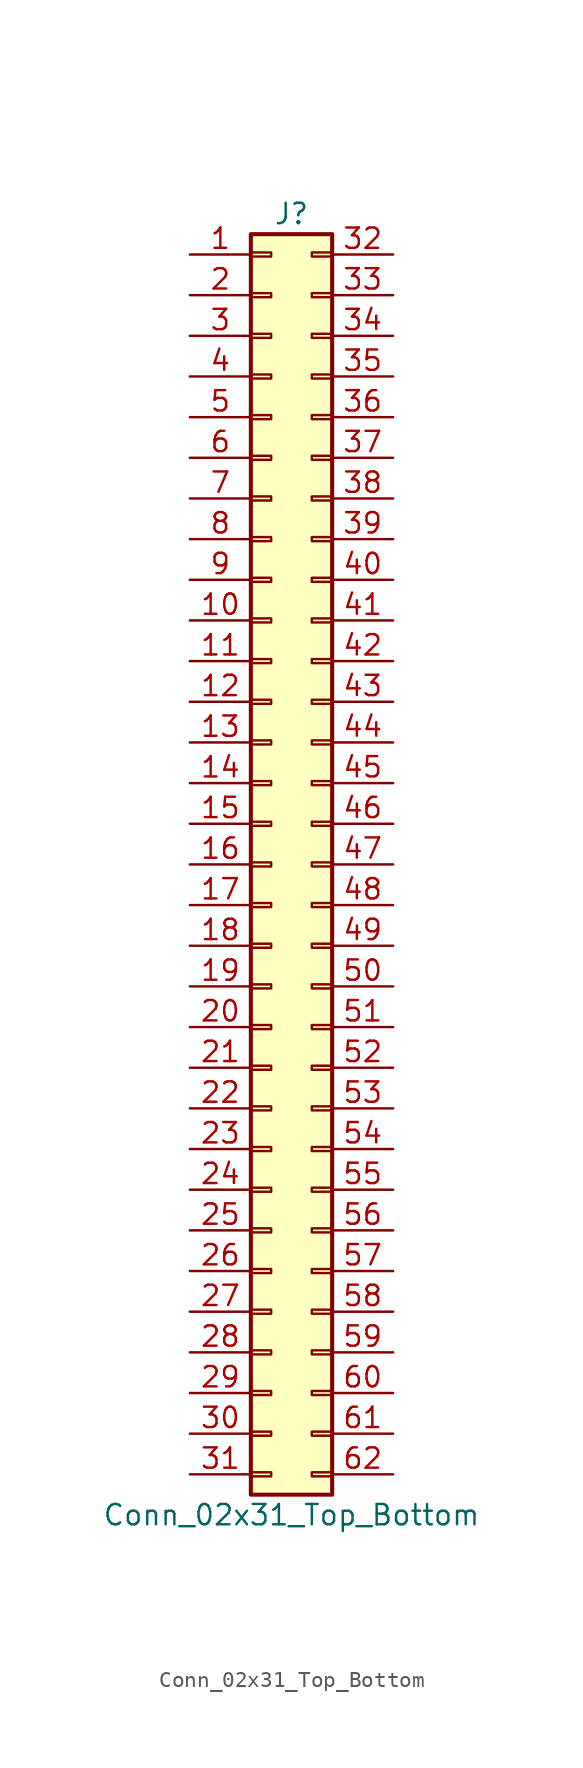
<source format=kicad_sym>
(kicad_symbol_lib
  (version 20201005)
  (generator kicad_symbol_editor)
  (symbol "Connector_Generic:Conn_02x31_Top_Bottom"
    (pin_names
      (offset 1.016) hide)
    (property "Reference" "J"
      (at 1.27 40.64 0)
      (effects (font (size 1.27 1.27))))
    (property "Value" "Conn_02x31_Top_Bottom"
      (at 1.27 -40.64 0)
      (effects (font (size 1.27 1.27))))
    (symbol "Conn_02x31_Top_Bottom_1_1"
      (rectangle (start -1.27 -27.813) (end 0 -28.067) (stroke (width 0.152)) (fill (type none)))
      (rectangle (start -1.27 -30.353) (end 0 -30.607) (stroke (width 0.152)) (fill (type none)))
      (rectangle (start -1.27 -32.893) (end 0 -33.147) (stroke (width 0.152)) (fill (type none)))
      (rectangle (start -1.27 -35.433) (end 0 -35.687) (stroke (width 0.152)) (fill (type none)))
      (rectangle (start -1.27 -37.973) (end 0 -38.227) (stroke (width 0.152)) (fill (type none)))
      (rectangle (start -1.27 -4.953) (end 0 -5.207) (stroke (width 0.152)) (fill (type none)))
      (rectangle (start -1.27 -7.493) (end 0 -7.747) (stroke (width 0.152)) (fill (type none)))
      (rectangle (start -1.27 -10.033) (end 0 -10.287) (stroke (width 0.152)) (fill (type none)))
      (rectangle (start -1.27 -12.573) (end 0 -12.827) (stroke (width 0.152)) (fill (type none)))
      (rectangle (start -1.27 -15.113) (end 0 -15.367) (stroke (width 0.152)) (fill (type none)))
      (rectangle (start -1.27 -17.653) (end 0 -17.907) (stroke (width 0.152)) (fill (type none)))
      (rectangle (start -1.27 -20.193) (end 0 -20.447) (stroke (width 0.152)) (fill (type none)))
      (rectangle (start -1.27 -22.733) (end 0 -22.987) (stroke (width 0.152)) (fill (type none)))
      (rectangle (start -1.27 -2.413) (end 0 -2.667) (stroke (width 0.152)) (fill (type none)))
      (rectangle (start -1.27 -25.273) (end 0 -25.527) (stroke (width 0.152)) (fill (type none)))
      (rectangle (start -1.27 25.527) (end 0 25.273) (stroke (width 0.152)) (fill (type none)))
      (rectangle (start -1.27 2.667) (end 0 2.413) (stroke (width 0.152)) (fill (type none)))
      (rectangle (start -1.27 28.067) (end 0 27.813) (stroke (width 0.152)) (fill (type none)))
      (rectangle (start -1.27 30.607) (end 0 30.353) (stroke (width 0.152)) (fill (type none)))
      (rectangle (start -1.27 33.147) (end 0 32.893) (stroke (width 0.152)) (fill (type none)))
      (rectangle (start -1.27 35.687) (end 0 35.433) (stroke (width 0.152)) (fill (type none)))
      (rectangle (start -1.27 38.227) (end 0 37.973) (stroke (width 0.152)) (fill (type none)))
      (rectangle (start -1.27 39.37) (end 3.81 -39.37) (stroke (width 0.254)) (fill (type background)))
      (rectangle (start -1.27 5.207) (end 0 4.953) (stroke (width 0.152)) (fill (type none)))
      (rectangle (start -1.27 7.747) (end 0 7.493) (stroke (width 0.152)) (fill (type none)))
      (rectangle (start -1.27 10.287) (end 0 10.033) (stroke (width 0.152)) (fill (type none)))
      (rectangle (start -1.27 0.127) (end 0 -0.127) (stroke (width 0.152)) (fill (type none)))
      (rectangle (start -1.27 12.827) (end 0 12.573) (stroke (width 0.152)) (fill (type none)))
      (rectangle (start -1.27 15.367) (end 0 15.113) (stroke (width 0.152)) (fill (type none)))
      (rectangle (start -1.27 17.907) (end 0 17.653) (stroke (width 0.152)) (fill (type none)))
      (rectangle (start -1.27 20.447) (end 0 20.193) (stroke (width 0.152)) (fill (type none)))
      (rectangle (start -1.27 22.987) (end 0 22.733) (stroke (width 0.152)) (fill (type none)))
      (rectangle (start 3.81 -27.813) (end 2.54 -28.067) (stroke (width 0.152)) (fill (type none)))
      (rectangle (start 3.81 -30.353) (end 2.54 -30.607) (stroke (width 0.152)) (fill (type none)))
      (rectangle (start 3.81 -32.893) (end 2.54 -33.147) (stroke (width 0.152)) (fill (type none)))
      (rectangle (start 3.81 -35.433) (end 2.54 -35.687) (stroke (width 0.152)) (fill (type none)))
      (rectangle (start 3.81 -37.973) (end 2.54 -38.227) (stroke (width 0.152)) (fill (type none)))
      (rectangle (start 3.81 -4.953) (end 2.54 -5.207) (stroke (width 0.152)) (fill (type none)))
      (rectangle (start 3.81 -7.493) (end 2.54 -7.747) (stroke (width 0.152)) (fill (type none)))
      (rectangle (start 3.81 -10.033) (end 2.54 -10.287) (stroke (width 0.152)) (fill (type none)))
      (rectangle (start 3.81 -12.573) (end 2.54 -12.827) (stroke (width 0.152)) (fill (type none)))
      (rectangle (start 3.81 -15.113) (end 2.54 -15.367) (stroke (width 0.152)) (fill (type none)))
      (rectangle (start 3.81 -17.653) (end 2.54 -17.907) (stroke (width 0.152)) (fill (type none)))
      (rectangle (start 3.81 -20.193) (end 2.54 -20.447) (stroke (width 0.152)) (fill (type none)))
      (rectangle (start 3.81 -22.733) (end 2.54 -22.987) (stroke (width 0.152)) (fill (type none)))
      (rectangle (start 3.81 -2.413) (end 2.54 -2.667) (stroke (width 0.152)) (fill (type none)))
      (rectangle (start 3.81 -25.273) (end 2.54 -25.527) (stroke (width 0.152)) (fill (type none)))
      (rectangle (start 3.81 25.527) (end 2.54 25.273) (stroke (width 0.152)) (fill (type none)))
      (rectangle (start 3.81 2.667) (end 2.54 2.413) (stroke (width 0.152)) (fill (type none)))
      (rectangle (start 3.81 28.067) (end 2.54 27.813) (stroke (width 0.152)) (fill (type none)))
      (rectangle (start 3.81 30.607) (end 2.54 30.353) (stroke (width 0.152)) (fill (type none)))
      (rectangle (start 3.81 33.147) (end 2.54 32.893) (stroke (width 0.152)) (fill (type none)))
      (rectangle (start 3.81 35.687) (end 2.54 35.433) (stroke (width 0.152)) (fill (type none)))
      (rectangle (start 3.81 38.227) (end 2.54 37.973) (stroke (width 0.152)) (fill (type none)))
      (rectangle (start 3.81 5.207) (end 2.54 4.953) (stroke (width 0.152)) (fill (type none)))
      (rectangle (start 3.81 7.747) (end 2.54 7.493) (stroke (width 0.152)) (fill (type none)))
      (rectangle (start 3.81 10.287) (end 2.54 10.033) (stroke (width 0.152)) (fill (type none)))
      (rectangle (start 3.81 0.127) (end 2.54 -0.127) (stroke (width 0.152)) (fill (type none)))
      (rectangle (start 3.81 12.827) (end 2.54 12.573) (stroke (width 0.152)) (fill (type none)))
      (rectangle (start 3.81 15.367) (end 2.54 15.113) (stroke (width 0.152)) (fill (type none)))
      (rectangle (start 3.81 17.907) (end 2.54 17.653) (stroke (width 0.152)) (fill (type none)))
      (rectangle (start 3.81 20.447) (end 2.54 20.193) (stroke (width 0.152)) (fill (type none)))
      (rectangle (start 3.81 22.987) (end 2.54 22.733) (stroke (width 0.152)) (fill (type none)))
      (pin passive line (at -5.08 38.1 0) (length 3.81) (name "Pin_1" (effects (font (size 1.27 1.27)))) (number "1" (effects (font (size 1.27 1.27)))))
      (pin passive line (at -5.08 15.24 0) (length 3.81) (name "Pin_10" (effects (font (size 1.27 1.27)))) (number "10" (effects (font (size 1.27 1.27)))))
      (pin passive line (at -5.08 12.7 0) (length 3.81) (name "Pin_11" (effects (font (size 1.27 1.27)))) (number "11" (effects (font (size 1.27 1.27)))))
      (pin passive line (at -5.08 10.16 0) (length 3.81) (name "Pin_12" (effects (font (size 1.27 1.27)))) (number "12" (effects (font (size 1.27 1.27)))))
      (pin passive line (at -5.08 7.62 0) (length 3.81) (name "Pin_13" (effects (font (size 1.27 1.27)))) (number "13" (effects (font (size 1.27 1.27)))))
      (pin passive line (at -5.08 5.08 0) (length 3.81) (name "Pin_14" (effects (font (size 1.27 1.27)))) (number "14" (effects (font (size 1.27 1.27)))))
      (pin passive line (at -5.08 2.54 0) (length 3.81) (name "Pin_15" (effects (font (size 1.27 1.27)))) (number "15" (effects (font (size 1.27 1.27)))))
      (pin passive line (at -5.08 0 0) (length 3.81) (name "Pin_16" (effects (font (size 1.27 1.27)))) (number "16" (effects (font (size 1.27 1.27)))))
      (pin passive line (at -5.08 -2.54 0) (length 3.81) (name "Pin_17" (effects (font (size 1.27 1.27)))) (number "17" (effects (font (size 1.27 1.27)))))
      (pin passive line (at -5.08 -5.08 0) (length 3.81) (name "Pin_18" (effects (font (size 1.27 1.27)))) (number "18" (effects (font (size 1.27 1.27)))))
      (pin passive line (at -5.08 -7.62 0) (length 3.81) (name "Pin_19" (effects (font (size 1.27 1.27)))) (number "19" (effects (font (size 1.27 1.27)))))
      (pin passive line (at -5.08 35.56 0) (length 3.81) (name "Pin_2" (effects (font (size 1.27 1.27)))) (number "2" (effects (font (size 1.27 1.27)))))
      (pin passive line (at -5.08 -10.16 0) (length 3.81) (name "Pin_20" (effects (font (size 1.27 1.27)))) (number "20" (effects (font (size 1.27 1.27)))))
      (pin passive line (at -5.08 -12.7 0) (length 3.81) (name "Pin_21" (effects (font (size 1.27 1.27)))) (number "21" (effects (font (size 1.27 1.27)))))
      (pin passive line (at -5.08 -15.24 0) (length 3.81) (name "Pin_22" (effects (font (size 1.27 1.27)))) (number "22" (effects (font (size 1.27 1.27)))))
      (pin passive line (at -5.08 -17.78 0) (length 3.81) (name "Pin_23" (effects (font (size 1.27 1.27)))) (number "23" (effects (font (size 1.27 1.27)))))
      (pin passive line (at -5.08 -20.32 0) (length 3.81) (name "Pin_24" (effects (font (size 1.27 1.27)))) (number "24" (effects (font (size 1.27 1.27)))))
      (pin passive line (at -5.08 -22.86 0) (length 3.81) (name "Pin_25" (effects (font (size 1.27 1.27)))) (number "25" (effects (font (size 1.27 1.27)))))
      (pin passive line (at -5.08 -25.4 0) (length 3.81) (name "Pin_26" (effects (font (size 1.27 1.27)))) (number "26" (effects (font (size 1.27 1.27)))))
      (pin passive line (at -5.08 -27.94 0) (length 3.81) (name "Pin_27" (effects (font (size 1.27 1.27)))) (number "27" (effects (font (size 1.27 1.27)))))
      (pin passive line (at -5.08 -30.48 0) (length 3.81) (name "Pin_28" (effects (font (size 1.27 1.27)))) (number "28" (effects (font (size 1.27 1.27)))))
      (pin passive line (at -5.08 -33.02 0) (length 3.81) (name "Pin_29" (effects (font (size 1.27 1.27)))) (number "29" (effects (font (size 1.27 1.27)))))
      (pin passive line (at -5.08 33.02 0) (length 3.81) (name "Pin_3" (effects (font (size 1.27 1.27)))) (number "3" (effects (font (size 1.27 1.27)))))
      (pin passive line (at -5.08 -35.56 0) (length 3.81) (name "Pin_30" (effects (font (size 1.27 1.27)))) (number "30" (effects (font (size 1.27 1.27)))))
      (pin passive line (at -5.08 -38.1 0) (length 3.81) (name "Pin_31" (effects (font (size 1.27 1.27)))) (number "31" (effects (font (size 1.27 1.27)))))
      (pin passive line (at 7.62 38.1 180) (length 3.81) (name "Pin_32" (effects (font (size 1.27 1.27)))) (number "32" (effects (font (size 1.27 1.27)))))
      (pin passive line (at 7.62 35.56 180) (length 3.81) (name "Pin_33" (effects (font (size 1.27 1.27)))) (number "33" (effects (font (size 1.27 1.27)))))
      (pin passive line (at 7.62 33.02 180) (length 3.81) (name "Pin_34" (effects (font (size 1.27 1.27)))) (number "34" (effects (font (size 1.27 1.27)))))
      (pin passive line (at 7.62 30.48 180) (length 3.81) (name "Pin_35" (effects (font (size 1.27 1.27)))) (number "35" (effects (font (size 1.27 1.27)))))
      (pin passive line (at 7.62 27.94 180) (length 3.81) (name "Pin_36" (effects (font (size 1.27 1.27)))) (number "36" (effects (font (size 1.27 1.27)))))
      (pin passive line (at 7.62 25.4 180) (length 3.81) (name "Pin_37" (effects (font (size 1.27 1.27)))) (number "37" (effects (font (size 1.27 1.27)))))
      (pin passive line (at 7.62 22.86 180) (length 3.81) (name "Pin_38" (effects (font (size 1.27 1.27)))) (number "38" (effects (font (size 1.27 1.27)))))
      (pin passive line (at 7.62 20.32 180) (length 3.81) (name "Pin_39" (effects (font (size 1.27 1.27)))) (number "39" (effects (font (size 1.27 1.27)))))
      (pin passive line (at -5.08 30.48 0) (length 3.81) (name "Pin_4" (effects (font (size 1.27 1.27)))) (number "4" (effects (font (size 1.27 1.27)))))
      (pin passive line (at 7.62 17.78 180) (length 3.81) (name "Pin_40" (effects (font (size 1.27 1.27)))) (number "40" (effects (font (size 1.27 1.27)))))
      (pin passive line (at 7.62 15.24 180) (length 3.81) (name "Pin_41" (effects (font (size 1.27 1.27)))) (number "41" (effects (font (size 1.27 1.27)))))
      (pin passive line (at 7.62 12.7 180) (length 3.81) (name "Pin_42" (effects (font (size 1.27 1.27)))) (number "42" (effects (font (size 1.27 1.27)))))
      (pin passive line (at 7.62 10.16 180) (length 3.81) (name "Pin_43" (effects (font (size 1.27 1.27)))) (number "43" (effects (font (size 1.27 1.27)))))
      (pin passive line (at 7.62 7.62 180) (length 3.81) (name "Pin_44" (effects (font (size 1.27 1.27)))) (number "44" (effects (font (size 1.27 1.27)))))
      (pin passive line (at 7.62 5.08 180) (length 3.81) (name "Pin_45" (effects (font (size 1.27 1.27)))) (number "45" (effects (font (size 1.27 1.27)))))
      (pin passive line (at 7.62 2.54 180) (length 3.81) (name "Pin_46" (effects (font (size 1.27 1.27)))) (number "46" (effects (font (size 1.27 1.27)))))
      (pin passive line (at 7.62 0 180) (length 3.81) (name "Pin_47" (effects (font (size 1.27 1.27)))) (number "47" (effects (font (size 1.27 1.27)))))
      (pin passive line (at 7.62 -2.54 180) (length 3.81) (name "Pin_48" (effects (font (size 1.27 1.27)))) (number "48" (effects (font (size 1.27 1.27)))))
      (pin passive line (at 7.62 -5.08 180) (length 3.81) (name "Pin_49" (effects (font (size 1.27 1.27)))) (number "49" (effects (font (size 1.27 1.27)))))
      (pin passive line (at -5.08 27.94 0) (length 3.81) (name "Pin_5" (effects (font (size 1.27 1.27)))) (number "5" (effects (font (size 1.27 1.27)))))
      (pin passive line (at 7.62 -7.62 180) (length 3.81) (name "Pin_50" (effects (font (size 1.27 1.27)))) (number "50" (effects (font (size 1.27 1.27)))))
      (pin passive line (at 7.62 -10.16 180) (length 3.81) (name "Pin_51" (effects (font (size 1.27 1.27)))) (number "51" (effects (font (size 1.27 1.27)))))
      (pin passive line (at 7.62 -12.7 180) (length 3.81) (name "Pin_52" (effects (font (size 1.27 1.27)))) (number "52" (effects (font (size 1.27 1.27)))))
      (pin passive line (at 7.62 -15.24 180) (length 3.81) (name "Pin_53" (effects (font (size 1.27 1.27)))) (number "53" (effects (font (size 1.27 1.27)))))
      (pin passive line (at 7.62 -17.78 180) (length 3.81) (name "Pin_54" (effects (font (size 1.27 1.27)))) (number "54" (effects (font (size 1.27 1.27)))))
      (pin passive line (at 7.62 -20.32 180) (length 3.81) (name "Pin_55" (effects (font (size 1.27 1.27)))) (number "55" (effects (font (size 1.27 1.27)))))
      (pin passive line (at 7.62 -22.86 180) (length 3.81) (name "Pin_56" (effects (font (size 1.27 1.27)))) (number "56" (effects (font (size 1.27 1.27)))))
      (pin passive line (at 7.62 -25.4 180) (length 3.81) (name "Pin_57" (effects (font (size 1.27 1.27)))) (number "57" (effects (font (size 1.27 1.27)))))
      (pin passive line (at 7.62 -27.94 180) (length 3.81) (name "Pin_58" (effects (font (size 1.27 1.27)))) (number "58" (effects (font (size 1.27 1.27)))))
      (pin passive line (at 7.62 -30.48 180) (length 3.81) (name "Pin_59" (effects (font (size 1.27 1.27)))) (number "59" (effects (font (size 1.27 1.27)))))
      (pin passive line (at -5.08 25.4 0) (length 3.81) (name "Pin_6" (effects (font (size 1.27 1.27)))) (number "6" (effects (font (size 1.27 1.27)))))
      (pin passive line (at 7.62 -33.02 180) (length 3.81) (name "Pin_60" (effects (font (size 1.27 1.27)))) (number "60" (effects (font (size 1.27 1.27)))))
      (pin passive line (at 7.62 -35.56 180) (length 3.81) (name "Pin_61" (effects (font (size 1.27 1.27)))) (number "61" (effects (font (size 1.27 1.27)))))
      (pin passive line (at 7.62 -38.1 180) (length 3.81) (name "Pin_62" (effects (font (size 1.27 1.27)))) (number "62" (effects (font (size 1.27 1.27)))))
      (pin passive line (at -5.08 22.86 0) (length 3.81) (name "Pin_7" (effects (font (size 1.27 1.27)))) (number "7" (effects (font (size 1.27 1.27)))))
      (pin passive line (at -5.08 20.32 0) (length 3.81) (name "Pin_8" (effects (font (size 1.27 1.27)))) (number "8" (effects (font (size 1.27 1.27)))))
      (pin passive line (at -5.08 17.78 0) (length 3.81) (name "Pin_9" (effects (font (size 1.27 1.27)))) (number "9" (effects (font (size 1.27 1.27))))))))
</source>
